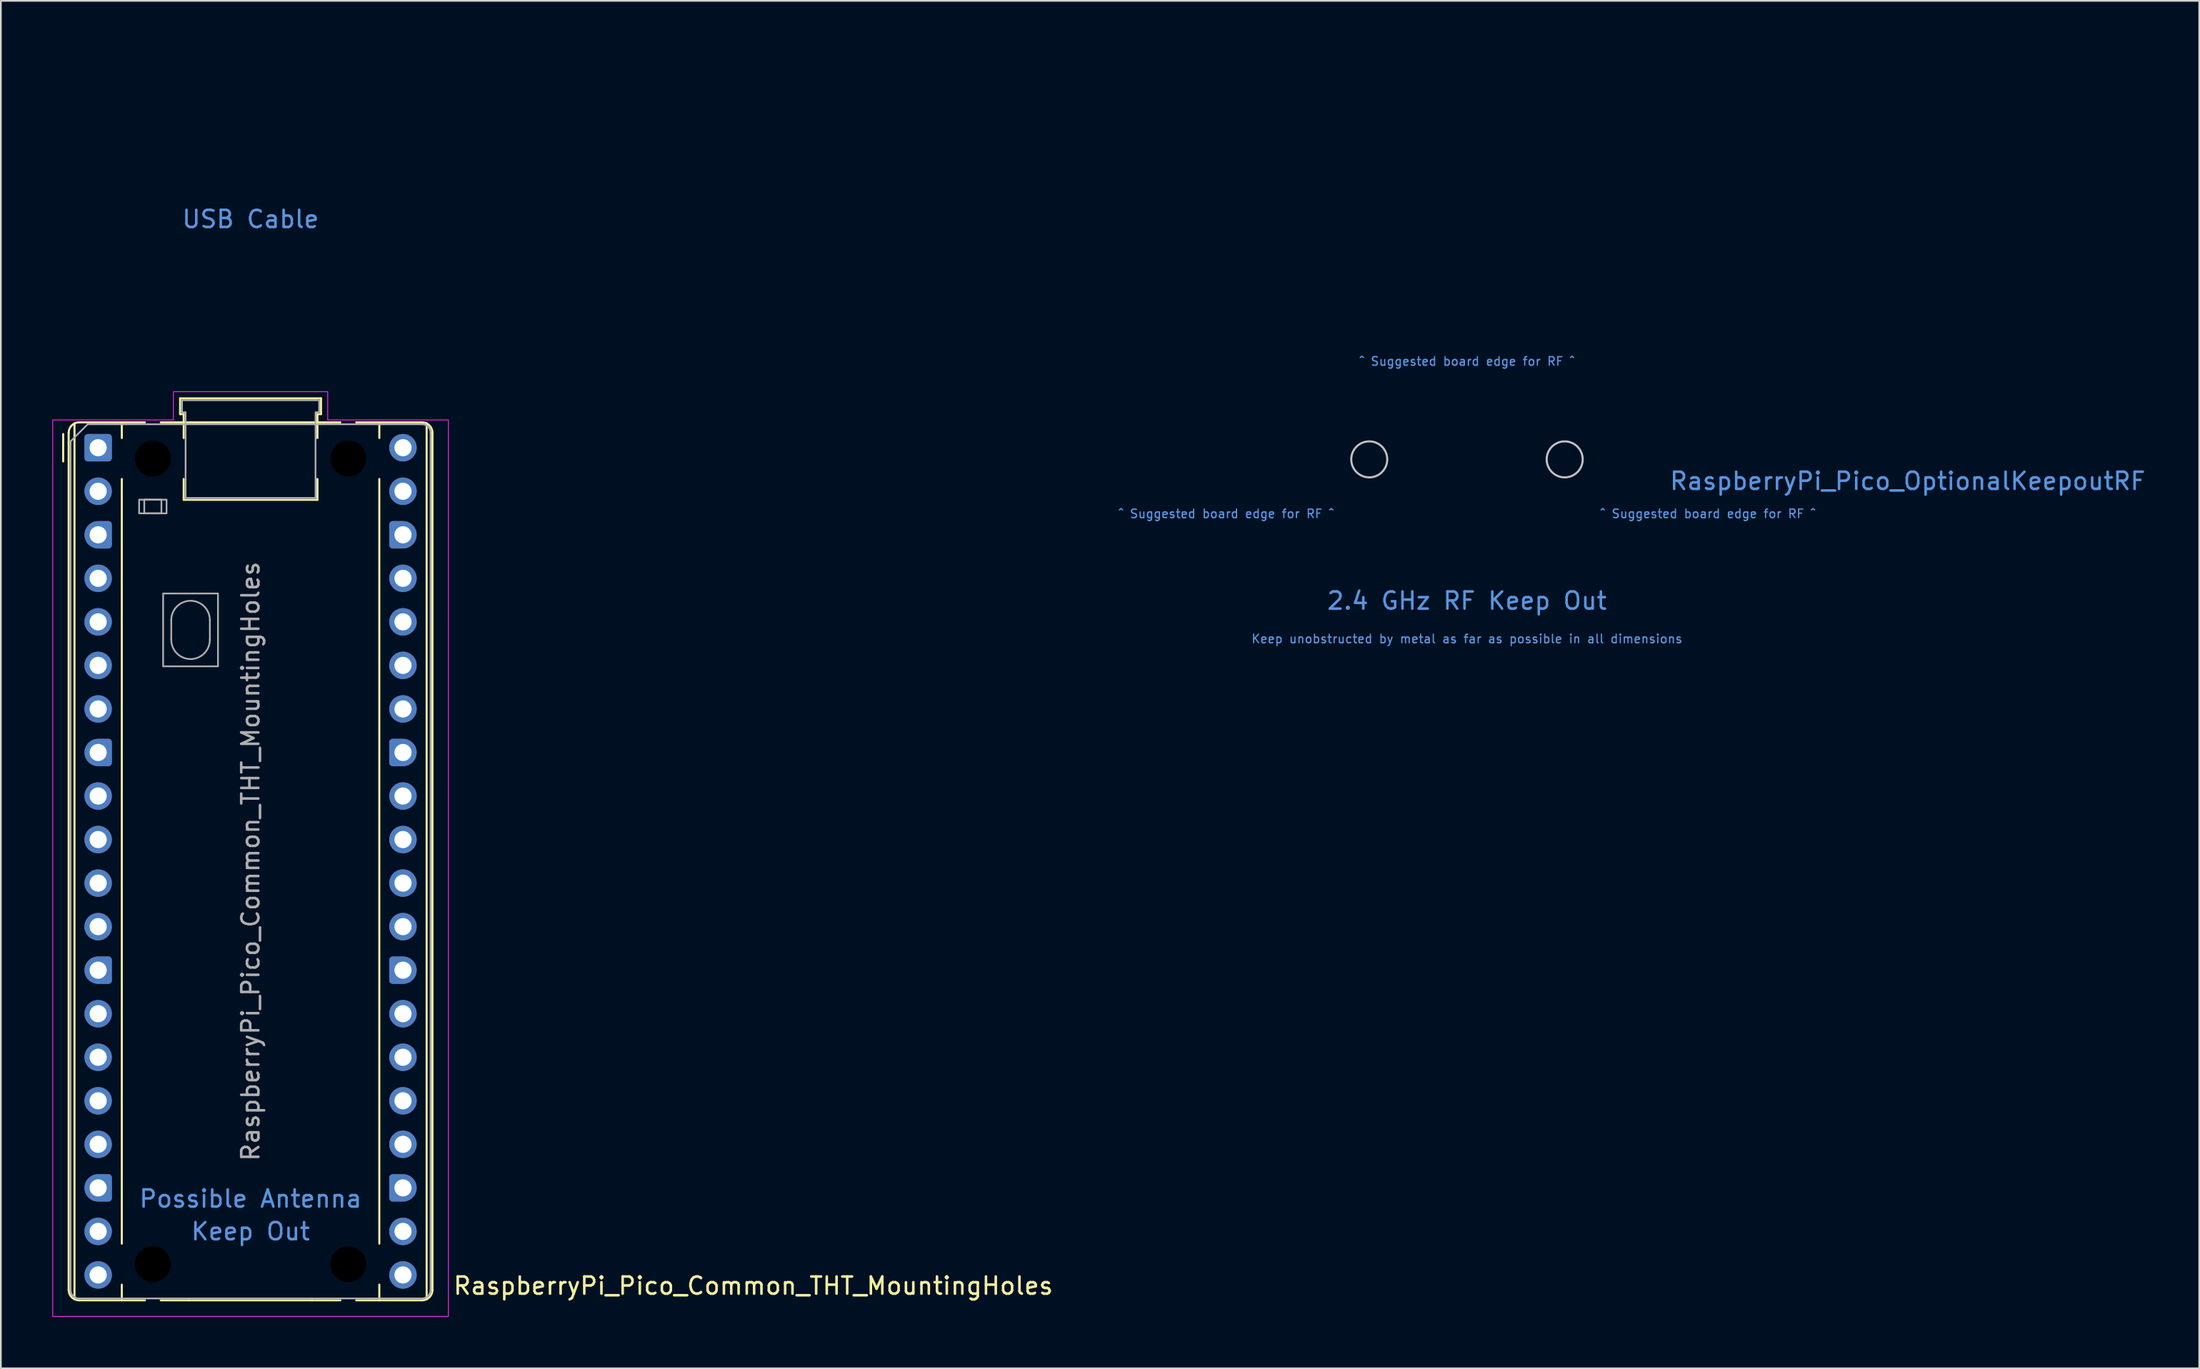
<source format=kicad_pcb>
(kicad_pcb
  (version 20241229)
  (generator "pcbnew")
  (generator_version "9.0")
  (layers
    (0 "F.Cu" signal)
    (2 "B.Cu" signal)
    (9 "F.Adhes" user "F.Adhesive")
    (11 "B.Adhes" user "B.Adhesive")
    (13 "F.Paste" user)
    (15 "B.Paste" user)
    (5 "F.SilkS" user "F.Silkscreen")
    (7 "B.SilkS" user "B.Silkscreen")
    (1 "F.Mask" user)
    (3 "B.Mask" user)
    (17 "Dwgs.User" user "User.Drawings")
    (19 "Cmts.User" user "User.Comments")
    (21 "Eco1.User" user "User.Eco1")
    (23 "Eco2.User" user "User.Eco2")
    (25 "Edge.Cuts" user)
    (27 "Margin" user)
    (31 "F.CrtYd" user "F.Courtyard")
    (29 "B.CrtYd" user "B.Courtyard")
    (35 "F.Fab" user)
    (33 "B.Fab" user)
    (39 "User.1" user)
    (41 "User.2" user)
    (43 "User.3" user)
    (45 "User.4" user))
  (footprint "RaspberryPi_Pico_Common_THT_MountingHoles"
    (layer "F.Cu")
    (at 11.565 47.2)
    (property "Reference" "RaspberryPi_Pico_Common_THT_MountingHoles" (at 11.748 24.765 0) (unlocked yes) (layer "F.SilkS") (effects (font (size 1 1) (thickness 0.15)) (justify left)))
    (attr through_hole)
    (fp_line (start -10.93 -23.33) (end -10.93 -24.93) (stroke (width 0.12) (type solid)) (layer "F.SilkS"))
    (fp_line (start -10.61 -25) (end -10.61 25) (stroke (width 0.12) (type solid)) (layer "F.SilkS"))
    (fp_line (start -10.27 -25.547) (end -10.27 25.547) (stroke (width 0.12) (type solid)) (layer "F.SilkS"))
    (fp_line (start -10 -25.61) (end -7.51 -25.61) (stroke (width 0.12) (type solid)) (layer "F.SilkS"))
    (fp_line (start -10 25.61) (end -6.162 25.61) (stroke (width 0.12) (type solid)) (layer "F.SilkS"))
    (fp_line (start -7.51 -25.61) (end -7.51 -24.696) (stroke (width 0.12) (type solid)) (layer "F.SilkS"))
    (fp_line (start -7.51 -25.61) (end -6.162 -25.61) (stroke (width 0.12) (type solid)) (layer "F.SilkS"))
    (fp_line (start -7.51 -22.304) (end -7.51 22.304) (stroke (width 0.12) (type solid)) (layer "F.SilkS"))
    (fp_line (start -7.51 24.696) (end -7.51 25.61) (stroke (width 0.12) (type solid)) (layer "F.SilkS"))
    (fp_line (start -5.238 -25.61) (end -4.235 -25.61) (stroke (width 0.12) (type solid)) (layer "F.SilkS"))
    (fp_line (start -4.235 -25.61) (end 4.235 -25.61) (stroke (width 0.12) (type solid)) (layer "F.SilkS"))
    (fp_line (start -4.11 -27.01) (end -4.11 -26.09) (stroke (width 0.12) (type solid)) (layer "F.SilkS"))
    (fp_line (start -4.11 -27.01) (end 4.11 -27.01) (stroke (width 0.12) (type solid)) (layer "F.SilkS"))
    (fp_line (start -4.11 -26.09) (end -3.9 -26.09) (stroke (width 0.12) (type solid)) (layer "F.SilkS"))
    (fp_line (start -3.9 -26.09) (end -3.9 -24.694) (stroke (width 0.12) (type solid)) (layer "F.SilkS"))
    (fp_line (start -3.9 -22.306) (end -3.9 -21.09) (stroke (width 0.12) (type solid)) (layer "F.SilkS"))
    (fp_line (start -3.6 25.61) (end -5.238 25.61) (stroke (width 0.12) (type solid)) (layer "F.SilkS"))
    (fp_line (start 3.6 25.61) (end -3.6 25.61) (stroke (width 0.12) (type solid)) (layer "F.SilkS"))
    (fp_line (start 3.9 -26.09) (end 3.9 -24.694) (stroke (width 0.12) (type solid)) (layer "F.SilkS"))
    (fp_line (start 3.9 -22.306) (end 3.9 -21.09) (stroke (width 0.12) (type solid)) (layer "F.SilkS"))
    (fp_line (start 3.9 -21.09) (end -3.9 -21.09) (stroke (width 0.12) (type solid)) (layer "F.SilkS"))
    (fp_line (start 4.11 -27.01) (end 4.11 -26.09) (stroke (width 0.12) (type solid)) (layer "F.SilkS"))
    (fp_line (start 4.11 -26.09) (end 3.9 -26.09) (stroke (width 0.12) (type solid)) (layer "F.SilkS"))
    (fp_line (start 4.235 -25.61) (end 5.238 -25.61) (stroke (width 0.12) (type solid)) (layer "F.SilkS"))
    (fp_line (start 5.238 25.61) (end 3.6 25.61) (stroke (width 0.12) (type solid)) (layer "F.SilkS"))
    (fp_line (start 6.162 -25.61) (end 7.51 -25.61) (stroke (width 0.12) (type solid)) (layer "F.SilkS"))
    (fp_line (start 6.162 25.61) (end 10 25.61) (stroke (width 0.12) (type solid)) (layer "F.SilkS"))
    (fp_line (start 7.51 -25.61) (end 7.51 -24.696) (stroke (width 0.12) (type solid)) (layer "F.SilkS"))
    (fp_line (start 7.51 -22.304) (end 7.51 22.304) (stroke (width 0.12) (type solid)) (layer "F.SilkS"))
    (fp_line (start 7.51 24.696) (end 7.51 25.61) (stroke (width 0.12) (type solid)) (layer "F.SilkS"))
    (fp_line (start 10 -25.61) (end 7.51 -25.61) (stroke (width 0.12) (type solid)) (layer "F.SilkS"))
    (fp_line (start 10.27 25.547) (end 10.27 -25.547) (stroke (width 0.12) (type solid)) (layer "F.SilkS"))
    (fp_line (start 10.61 -25) (end 10.61 25) (stroke (width 0.12) (type solid)) (layer "F.SilkS"))
    (fp_arc (start -10.61 -25) (mid -10.431335 -25.431335) (end -10 -25.61) (stroke (width 0.12) (type solid)) (layer "F.SilkS"))
    (fp_arc (start -10 25.61) (mid -10.431364 25.431364) (end -10.61 25) (stroke (width 0.12) (type solid)) (layer "F.SilkS"))
    (fp_arc (start 10 -25.61) (mid 10.431335 -25.431335) (end 10.61 -25) (stroke (width 0.12) (type solid)) (layer "F.SilkS"))
    (fp_arc (start 10.61 25) (mid 10.431335 25.431335) (end 10 25.61) (stroke (width 0.12) (type solid)) (layer "F.SilkS"))
    (fp_poly (pts (xy -4.5 -27.4) (xy 4.5 -27.4) (xy 4.5 -25.75) (xy 11.54 -25.75) (xy 11.54 26.55) (xy -11.54 26.55) (xy -11.54 -25.75) (xy -4.5 -25.75)) (stroke (width 0.05) (type solid)) (fill no) (layer "F.CrtYd"))
    (fp_line (start -10.5 -24.5) (end -9.5 -25.5) (stroke (width 0.1) (type solid)) (layer "F.Fab"))
    (fp_line (start -10.5 25) (end -10.5 -24.5) (stroke (width 0.1) (type solid)) (layer "F.Fab"))
    (fp_line (start -9.5 -25.5) (end 10 -25.5) (stroke (width 0.1) (type solid)) (layer "F.Fab"))
    (fp_line (start -4.625 -14.075) (end -4.625 -12.925) (stroke (width 0.1) (type solid)) (layer "F.Fab"))
    (fp_line (start -2.375 -14.075) (end -2.375 -12.925) (stroke (width 0.1) (type solid)) (layer "F.Fab"))
    (fp_line (start 10 25.5) (end -10 25.5) (stroke (width 0.1) (type solid)) (layer "F.Fab"))
    (fp_line (start 10.5 -25) (end 10.5 25) (stroke (width 0.1) (type solid)) (layer "F.Fab"))
    (fp_rect (start -6.5 -21.1) (end -4.9 -20.3) (stroke (width 0.1) (type solid)) (fill no) (layer "F.Fab"))
    (fp_rect (start -6.2 -21.1) (end -5.2 -20.3) (stroke (width 0.1) (type solid)) (fill no) (layer "F.Fab"))
    (fp_rect (start -5.1 -15.625) (end -1.9 -11.375) (stroke (width 0.1) (type solid)) (fill no) (layer "F.Fab"))
    (fp_arc (start -10 25.5) (mid -10.353553 25.353553) (end -10.5 25) (stroke (width 0.1) (type solid)) (layer "F.Fab"))
    (fp_arc (start -4.625 -14.075) (mid -3.5 -15.2) (end -2.375 -14.075) (stroke (width 0.1) (type solid)) (layer "F.Fab"))
    (fp_arc (start -2.375 -12.925) (mid -3.5 -11.8) (end -4.625 -12.925) (stroke (width 0.1) (type solid)) (layer "F.Fab"))
    (fp_arc (start 10 -25.5) (mid 10.353553 -25.353553) (end 10.5 -25) (stroke (width 0.1) (type solid)) (layer "F.Fab"))
    (fp_arc (start 10.5 25) (mid 10.353553 25.353553) (end 10 25.5) (stroke (width 0.1) (type solid)) (layer "F.Fab"))
    (fp_poly (pts (xy 3.79 -21.2) (xy 3.79 -26.2) (xy 4 -26.2) (xy 4 -26.9) (xy -4 -26.9) (xy -4 -26.2) (xy -3.79 -26.2) (xy -3.79 -21.2)) (stroke (width 0.1) (type solid)) (fill no) (layer "F.Fab"))
    (fp_text user "USB Cable" (at 0 -37.465 0) (unlocked yes) (layer "Cmts.User") (effects (font (size 1 1) (thickness 0.15))))
    (fp_text user "Keep Out" (at 0 21.59 0) (unlocked yes) (layer "Cmts.User") (effects (font (size 1 1) (thickness 0.15))))
    (fp_text user "Possible Antenna" (at 0 19.685 0) (unlocked yes) (layer "Cmts.User") (effects (font (size 1 1) (thickness 0.15))))
    (fp_text user "${REFERENCE}" (at 0 0 90) (layer "F.Fab") (effects (font (size 1 1) (thickness 0.15))))
    (pad "" np_thru_hole circle (at -5.7 -23.5) (size 3.8 3.8) (drill 2.1) (layers "*.Mask"))
    (pad "" np_thru_hole circle (at -5.7 23.5) (size 3.8 3.8) (drill 2.1) (layers "*.Mask"))
    (pad "" np_thru_hole circle (at 5.7 -23.5) (size 3.8 3.8) (drill 2.1) (layers "*.Mask"))
    (pad "" np_thru_hole circle (at 5.7 23.5) (size 3.8 3.8) (drill 2.1) (layers "*.Mask"))
    (pad "1" thru_hole roundrect (at -8.89 -24.13) (size 1.6 1.6) (drill 1) (layers "*.Cu" "*.Mask") (roundrect_rratio 0.125))
    (pad "2" thru_hole circle (at -8.89 -21.59) (size 1.6 1.6) (drill 1) (layers "*.Cu" "*.Mask"))
    (pad "3" thru_hole custom (at -8.89 -19.05) (size 1.6 1.6) (drill 1) (layers "*.Cu" "*.Mask") (options (anchor circle)) (primitives (gr_poly (pts (xy 0.8 0.6) (xy 0.8 -0.6) (xy 0.6 -0.8) (xy 0 -0.8) (xy 0 0.8) (xy 0.6 0.8)) (width 0) (fill yes)) (gr_circle (center 0.6 0.6) (end 0.8 0.6) (width 0) (fill yes)) (gr_circle (center 0.6 -0.6) (end 0.8 -0.6) (width 0) (fill yes))))
    (pad "4" thru_hole circle (at -8.89 -16.51) (size 1.6 1.6) (drill 1) (layers "*.Cu" "*.Mask"))
    (pad "5" thru_hole circle (at -8.89 -13.97) (size 1.6 1.6) (drill 1) (layers "*.Cu" "*.Mask"))
    (pad "6" thru_hole circle (at -8.89 -11.43) (size 1.6 1.6) (drill 1) (layers "*.Cu" "*.Mask"))
    (pad "7" thru_hole circle (at -8.89 -8.89) (size 1.6 1.6) (drill 1) (layers "*.Cu" "*.Mask"))
    (pad "8" thru_hole custom (at -8.89 -6.35) (size 1.6 1.6) (drill 1) (layers "*.Cu" "*.Mask") (options (anchor circle)) (primitives (gr_poly (pts (xy 0.8 0.6) (xy 0.8 -0.6) (xy 0.6 -0.8) (xy 0 -0.8) (xy 0 0.8) (xy 0.6 0.8)) (width 0) (fill yes)) (gr_circle (center 0.6 0.6) (end 0.8 0.6) (width 0) (fill yes)) (gr_circle (center 0.6 -0.6) (end 0.8 -0.6) (width 0) (fill yes))))
    (pad "9" thru_hole circle (at -8.89 -3.81) (size 1.6 1.6) (drill 1) (layers "*.Cu" "*.Mask"))
    (pad "10" thru_hole circle (at -8.89 -1.27) (size 1.6 1.6) (drill 1) (layers "*.Cu" "*.Mask"))
    (pad "11" thru_hole circle (at -8.89 1.27) (size 1.6 1.6) (drill 1) (layers "*.Cu" "*.Mask"))
    (pad "12" thru_hole circle (at -8.89 3.81) (size 1.6 1.6) (drill 1) (layers "*.Cu" "*.Mask"))
    (pad "13" thru_hole custom (at -8.89 6.35) (size 1.6 1.6) (drill 1) (layers "*.Cu" "*.Mask") (options (anchor circle)) (primitives (gr_poly (pts (xy 0.8 0.6) (xy 0.8 -0.6) (xy 0.6 -0.8) (xy 0 -0.8) (xy 0 0.8) (xy 0.6 0.8)) (width 0) (fill yes)) (gr_circle (center 0.6 0.6) (end 0.8 0.6) (width 0) (fill yes)) (gr_circle (center 0.6 -0.6) (end 0.8 -0.6) (width 0) (fill yes))))
    (pad "14" thru_hole circle (at -8.89 8.89) (size 1.6 1.6) (drill 1) (layers "*.Cu" "*.Mask"))
    (pad "15" thru_hole circle (at -8.89 11.43) (size 1.6 1.6) (drill 1) (layers "*.Cu" "*.Mask"))
    (pad "16" thru_hole circle (at -8.89 13.97) (size 1.6 1.6) (drill 1) (layers "*.Cu" "*.Mask"))
    (pad "17" thru_hole circle (at -8.89 16.51) (size 1.6 1.6) (drill 1) (layers "*.Cu" "*.Mask"))
    (pad "18" thru_hole custom (at -8.89 19.05) (size 1.6 1.6) (drill 1) (layers "*.Cu" "*.Mask") (options (anchor circle)) (primitives (gr_poly (pts (xy 0.8 0.6) (xy 0.8 -0.6) (xy 0.6 -0.8) (xy 0 -0.8) (xy 0 0.8) (xy 0.6 0.8)) (width 0) (fill yes)) (gr_circle (center 0.6 0.6) (end 0.8 0.6) (width 0) (fill yes)) (gr_circle (center 0.6 -0.6) (end 0.8 -0.6) (width 0) (fill yes))))
    (pad "19" thru_hole circle (at -8.89 21.59) (size 1.6 1.6) (drill 1) (layers "*.Cu" "*.Mask"))
    (pad "20" thru_hole circle (at -8.89 24.13) (size 1.6 1.6) (drill 1) (layers "*.Cu" "*.Mask"))
    (pad "21" thru_hole circle (at 8.89 24.13) (size 1.6 1.6) (drill 1) (layers "*.Cu" "*.Mask"))
    (pad "22" thru_hole circle (at 8.89 21.59) (size 1.6 1.6) (drill 1) (layers "*.Cu" "*.Mask"))
    (pad "23" thru_hole custom (at 8.89 19.05) (size 1.6 1.6) (drill 1) (layers "*.Cu" "*.Mask") (options (anchor circle)) (primitives (gr_poly (pts (xy -0.8 0.6) (xy -0.8 -0.6) (xy -0.6 -0.8) (xy 0 -0.8) (xy 0 0.8) (xy -0.6 0.8)) (width 0) (fill yes)) (gr_circle (center -0.6 0.6) (end -0.4 0.6) (width 0) (fill yes)) (gr_circle (center -0.6 -0.6) (end -0.4 -0.6) (width 0) (fill yes))))
    (pad "24" thru_hole circle (at 8.89 16.51) (size 1.6 1.6) (drill 1) (layers "*.Cu" "*.Mask"))
    (pad "25" thru_hole circle (at 8.89 13.97) (size 1.6 1.6) (drill 1) (layers "*.Cu" "*.Mask"))
    (pad "26" thru_hole circle (at 8.89 11.43) (size 1.6 1.6) (drill 1) (layers "*.Cu" "*.Mask"))
    (pad "27" thru_hole circle (at 8.89 8.89) (size 1.6 1.6) (drill 1) (layers "*.Cu" "*.Mask"))
    (pad "28" thru_hole custom (at 8.89 6.35) (size 1.6 1.6) (drill 1) (layers "*.Cu" "*.Mask") (options (anchor circle)) (primitives (gr_poly (pts (xy -0.8 0.6) (xy -0.8 -0.6) (xy -0.6 -0.8) (xy 0 -0.8) (xy 0 0.8) (xy -0.6 0.8)) (width 0) (fill yes)) (gr_circle (center -0.6 0.6) (end -0.4 0.6) (width 0) (fill yes)) (gr_circle (center -0.6 -0.6) (end -0.4 -0.6) (width 0) (fill yes))))
    (pad "29" thru_hole circle (at 8.89 3.81) (size 1.6 1.6) (drill 1) (layers "*.Cu" "*.Mask"))
    (pad "30" thru_hole circle (at 8.89 1.27) (size 1.6 1.6) (drill 1) (layers "*.Cu" "*.Mask"))
    (pad "31" thru_hole circle (at 8.89 -1.27) (size 1.6 1.6) (drill 1) (layers "*.Cu" "*.Mask"))
    (pad "32" thru_hole circle (at 8.89 -3.81) (size 1.6 1.6) (drill 1) (layers "*.Cu" "*.Mask"))
    (pad "33" thru_hole custom (at 8.89 -6.35) (size 1.6 1.6) (drill 1) (layers "*.Cu" "*.Mask") (options (anchor circle)) (primitives (gr_poly (pts (xy -0.8 0.6) (xy -0.8 -0.6) (xy -0.6 -0.8) (xy 0 -0.8) (xy 0 0.8) (xy -0.6 0.8)) (width 0) (fill yes)) (gr_circle (center -0.6 0.6) (end -0.4 0.6) (width 0) (fill yes)) (gr_circle (center -0.6 -0.6) (end -0.4 -0.6) (width 0) (fill yes))))
    (pad "34" thru_hole circle (at 8.89 -8.89) (size 1.6 1.6) (drill 1) (layers "*.Cu" "*.Mask"))
    (pad "35" thru_hole circle (at 8.89 -11.43) (size 1.6 1.6) (drill 1) (layers "*.Cu" "*.Mask"))
    (pad "36" thru_hole circle (at 8.89 -13.97) (size 1.6 1.6) (drill 1) (layers "*.Cu" "*.Mask"))
    (pad "37" thru_hole circle (at 8.89 -16.51) (size 1.6 1.6) (drill 1) (layers "*.Cu" "*.Mask"))
    (pad "38" thru_hole custom (at 8.89 -19.05) (size 1.6 1.6) (drill 1) (layers "*.Cu" "*.Mask") (options (anchor circle)) (primitives (gr_poly (pts (xy -0.8 0.6) (xy -0.8 -0.6) (xy -0.6 -0.8) (xy 0 -0.8) (xy 0 0.8) (xy -0.6 0.8)) (width 0) (fill yes)) (gr_circle (center -0.6 0.6) (end -0.4 0.6) (width 0) (fill yes)) (gr_circle (center -0.6 -0.6) (end -0.4 -0.6) (width 0) (fill yes))))
    (pad "39" thru_hole circle (at 8.89 -21.59) (size 1.6 1.6) (drill 1) (layers "*.Cu" "*.Mask"))
    (pad "40" thru_hole circle (at 8.89 -24.13) (size 1.6 1.6) (drill 1) (layers "*.Cu" "*.Mask"))
    (zone (net_name "") (layers "F.Cu" "B.Cu" "F.Paste" "B.Paste") (name "Antenna Copper Keep Out") (hatch full 0.5) (connect_pads) (min_thickness 0.254) (filled_areas_thickness no) (keepout (tracks not_allowed) (vias not_allowed) (pads not_allowed) (copperpour not_allowed) (footprints allowed)) (placement (enabled no)) (fill) (polygon (pts (xy 9.165 72.19) (xy 4.465 68.54) (xy 4.465 64.2) (xy 18.665 64.2) (xy 18.665 68.54) (xy 13.965 72.19) (xy 13.965 73.2) (xy 9.165 73.2))))
    (zone (net_name "") (layer "F.CrtYd") (name "USB Cable") (hatch edge 0.5) (connect_pads) (min_thickness 0.254) (filled_areas_thickness no) (keepout (tracks allowed) (vias allowed) (pads allowed) (copperpour allowed) (footprints allowed)) (placement (enabled no)) (fill) (polygon (pts (xy 5.815 19.5) (xy 7.625 19.5) (xy 7.625 19.8) (xy 15.505 19.8) (xy 15.505 19.5) (xy 17.315 19.5) (xy 17.315 0) (xy 5.815 0)))))
  (footprint "RaspberryPi_Pico_OptionalKeepoutRF"
    (layer "F.Cu")
    (at 82.515 0.25)
    (property "Reference" "RaspberryPi_Pico_OptionalKeepoutRF" (at 11.748 24.765 0) (unlocked yes) (layer "Cmts.User") (effects (font (size 1 1) (thickness 0.15)) (justify left)))
    (attr board_only exclude_from_pos_files exclude_from_bom allow_missing_courtyard)
    (fp_circle (center -5.7 23.5) (end -4.65 23.5) (stroke (width 0.12) (type solid)) (fill no) (layer "Dwgs.User"))
    (fp_circle (center 5.7 23.5) (end 6.75 23.5) (stroke (width 0.12) (type solid)) (fill no) (layer "Dwgs.User"))
    (fp_text user "Keep unobstructed by metal as far as possible in all dimensions" (at 0 33.972 0) (unlocked yes) (layer "Cmts.User") (effects (font (size 0.5 0.5) (thickness 0.075))))
    (fp_text user "^ Suggested board edge for RF ^" (at 14.05 26.67 0) (unlocked yes) (layer "Cmts.User") (effects (font (size 0.5 0.5) (thickness 0.075))))
    (fp_text user "^ Suggested board edge for RF ^" (at -14.05 26.67 0) (unlocked yes) (layer "Cmts.User") (effects (font (size 0.5 0.5) (thickness 0.075))))
    (fp_text user "2.4 GHz RF Keep Out" (at 0 31.75 0) (unlocked yes) (layer "Cmts.User") (effects (font (size 1 1) (thickness 0.15))))
    (fp_text user "^ Suggested board edge for RF ^" (at 0 17.78 0) (unlocked yes) (layer "Cmts.User") (effects (font (size 0.5 0.5) (thickness 0.075))))
    (zone (net_name "") (layers "F.Cu" "B.Cu" "F.Paste" "B.Paste") (name "RF Copper Keep Out") (hatch full 0.5) (connect_pads) (min_thickness 0.254) (filled_areas_thickness no) (keepout (tracks not_allowed) (vias not_allowed) (pads not_allowed) (copperpour not_allowed) (footprints not_allowed)) (placement (enabled no)) (fill) (polygon (pts (xy 61.515 25.25) (xy 103.515 25.25) (xy 103.515 35.25) (xy 61.515 35.25))))
    (zone (net_name "") (layer "Edge.Cuts") (name "Board Keep Out Suggestion RF") (hatch edge 0.5) (connect_pads) (min_thickness 0.254) (filled_areas_thickness no) (keepout (tracks allowed) (vias allowed) (pads allowed) (copperpour allowed) (footprints allowed)) (placement (enabled no)) (fill) (polygon (pts (xy 89.615 26.25) (xy 103.515 26.25) (xy 103.515 35.25) (xy 61.515 35.25) (xy 61.515 26.25) (xy 75.415 26.25) (xy 75.415 17.25) (xy 89.615 17.25)))))
  (gr_rect
    (start -3 -3)
    (end 125.227 76.775)
    (stroke (width 0.1) (type default))
    (fill no)
    (layer "Edge.Cuts")))
</source>
